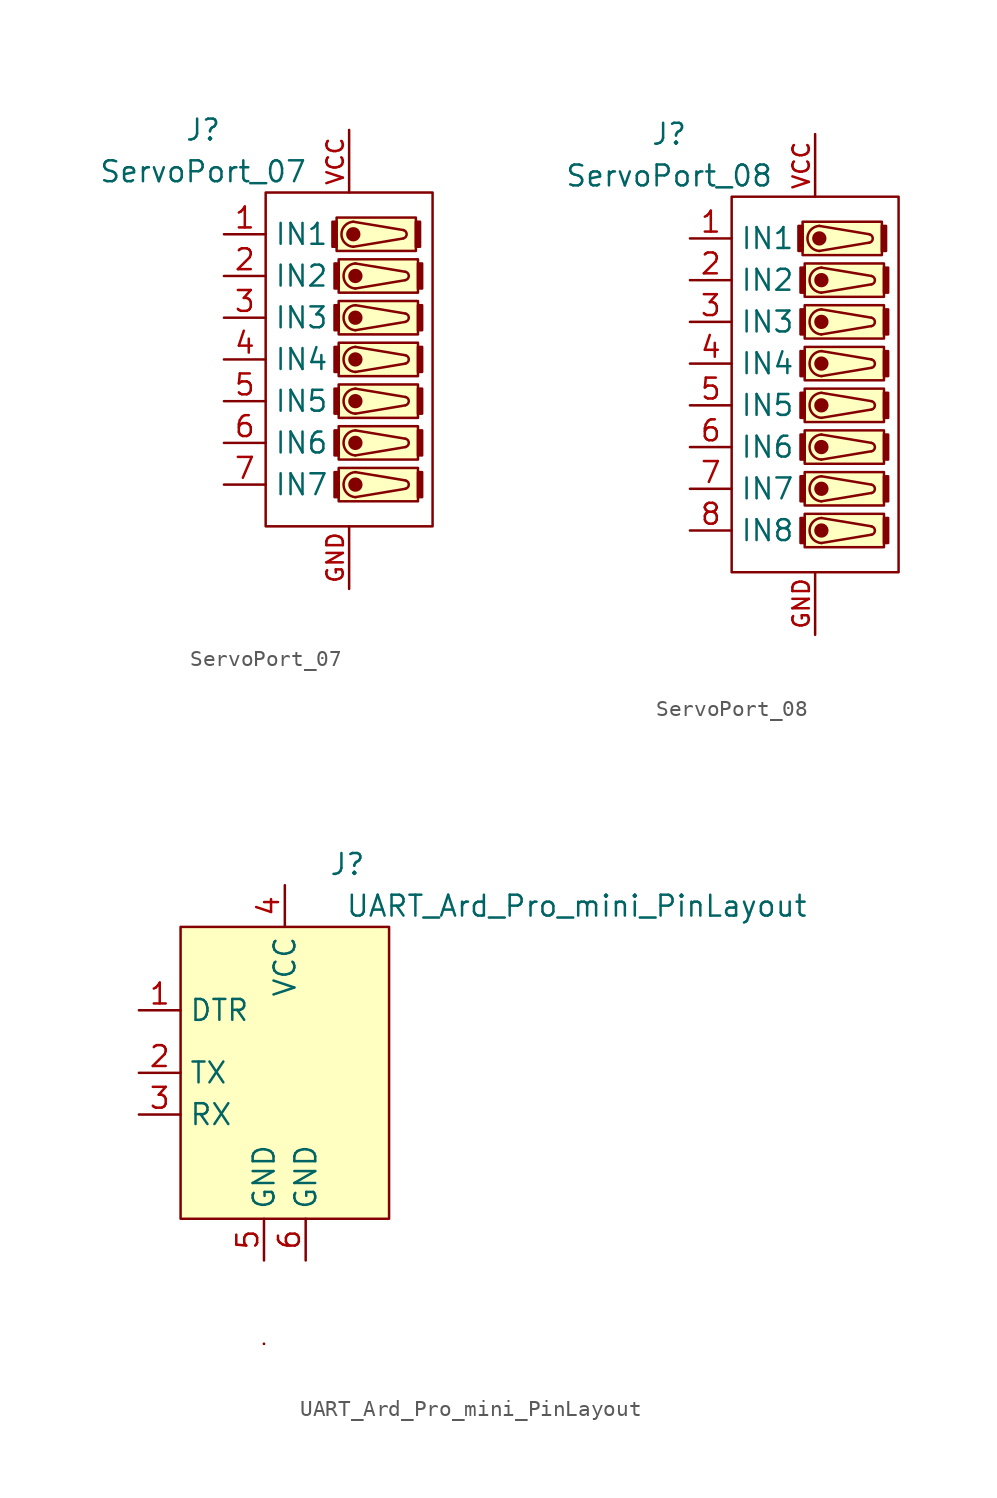
<source format=kicad_sym>
(kicad_symbol_lib
  (version 20220914)
  (generator kicad_symbol_editor)
  (symbol "ServoPort_07"
    (property "Reference" "J"
      (at -8.89 13.97 0)
      (effects (font (size 1.27 1.27))))
    (property "Value" "ServoPort_07"
      (at -8.89 11.43 0)
      (effects (font (size 1.27 1.27))))
    (symbol "ServoPort_07_0_1"
      (rectangle (start -5.08 10.16) (end 5.08 -10.16) (stroke (width 0) (type default)) (fill (type none)))
      (rectangle (start -0.762 8.382) (end -1.016 6.858) (stroke (width 0) (type default)) (fill (type outline)))
      (rectangle (start -0.762 8.636) (end 4.064 6.604) (stroke (width 0) (type default)) (fill (type background)))
      (rectangle (start -0.635 -6.858) (end -0.889 -8.382) (stroke (width 0) (type default)) (fill (type outline)))
      (rectangle (start -0.635 -6.604) (end 4.191 -8.636) (stroke (width 0) (type default)) (fill (type background)))
      (rectangle (start -0.635 -4.318) (end -0.889 -5.842) (stroke (width 0) (type default)) (fill (type outline)))
      (rectangle (start -0.635 -4.064) (end 4.191 -6.096) (stroke (width 0) (type default)) (fill (type background)))
      (rectangle (start -0.635 -1.778) (end -0.889 -3.302) (stroke (width 0) (type default)) (fill (type outline)))
      (rectangle (start -0.635 -1.524) (end 4.191 -3.556) (stroke (width 0) (type default)) (fill (type background)))
      (rectangle (start -0.635 0.762) (end -0.889 -0.762) (stroke (width 0) (type default)) (fill (type outline)))
      (rectangle (start -0.635 1.016) (end 4.191 -1.016) (stroke (width 0) (type default)) (fill (type background)))
      (rectangle (start -0.635 3.302) (end -0.889 1.778) (stroke (width 0) (type default)) (fill (type outline)))
      (rectangle (start -0.635 3.556) (end 4.191 1.524) (stroke (width 0) (type default)) (fill (type background)))
      (rectangle (start -0.635 5.842) (end -0.889 4.318) (stroke (width 0) (type default)) (fill (type outline)))
      (rectangle (start -0.635 6.096) (end 4.191 4.064) (stroke (width 0) (type default)) (fill (type background)))
      (polyline (pts (xy 0.254 8.382) (xy 3.302 7.874)) (stroke (width 0) (type default)) (fill (type none)))
      (polyline (pts (xy 0.381 -6.858) (xy 3.429 -7.366)) (stroke (width 0) (type default)) (fill (type none)))
      (polyline (pts (xy 0.381 -4.318) (xy 3.429 -4.826)) (stroke (width 0) (type default)) (fill (type none)))
      (polyline (pts (xy 0.381 -1.778) (xy 3.429 -2.286)) (stroke (width 0) (type default)) (fill (type none)))
      (polyline (pts (xy 0.381 0.762) (xy 3.429 0.254)) (stroke (width 0) (type default)) (fill (type none)))
      (polyline (pts (xy 0.381 3.302) (xy 3.429 2.794)) (stroke (width 0) (type default)) (fill (type none)))
      (polyline (pts (xy 0.381 5.842) (xy 3.429 5.334)) (stroke (width 0) (type default)) (fill (type none)))
      (polyline (pts (xy 3.302 7.366) (xy 0.254 6.858)) (stroke (width 0) (type default)) (fill (type none)))
      (polyline (pts (xy 3.429 -7.874) (xy 0.381 -8.382)) (stroke (width 0) (type default)) (fill (type none)))
      (polyline (pts (xy 3.429 -5.334) (xy 0.381 -5.842)) (stroke (width 0) (type default)) (fill (type none)))
      (polyline (pts (xy 3.429 -2.794) (xy 0.381 -3.302)) (stroke (width 0) (type default)) (fill (type none)))
      (polyline (pts (xy 3.429 -0.254) (xy 0.381 -0.762)) (stroke (width 0) (type default)) (fill (type none)))
      (polyline (pts (xy 3.429 2.286) (xy 0.381 1.778)) (stroke (width 0) (type default)) (fill (type none)))
      (polyline (pts (xy 3.429 4.826) (xy 0.381 4.318)) (stroke (width 0) (type default)) (fill (type none)))
      (circle (center 0.254 7.62) (radius 0.359) (stroke (width 0) (type default)) (fill (type outline)))
      (arc (start 0.254 8.382) (mid -0.4664 7.62) (end 0.254 6.858) (stroke (width 0) (type default)) (fill (type none)))
      (circle (center 0.381 -7.62) (radius 0.359) (stroke (width 0) (type default)) (fill (type outline)))
      (arc (start 0.381 -6.858) (mid -0.3394 -7.62) (end 0.381 -8.382) (stroke (width 0) (type default)) (fill (type none)))
      (circle (center 0.381 -5.08) (radius 0.359) (stroke (width 0) (type default)) (fill (type outline)))
      (arc (start 0.381 -4.318) (mid -0.3394 -5.08) (end 0.381 -5.842) (stroke (width 0) (type default)) (fill (type none)))
      (circle (center 0.381 -2.54) (radius 0.359) (stroke (width 0) (type default)) (fill (type outline)))
      (arc (start 0.381 -1.778) (mid -0.3394 -2.54) (end 0.381 -3.302) (stroke (width 0) (type default)) (fill (type none)))
      (circle (center 0.381 0) (radius 0.359) (stroke (width 0) (type default)) (fill (type outline)))
      (arc (start 0.381 0.762) (mid -0.3394 0) (end 0.381 -0.762) (stroke (width 0) (type default)) (fill (type none)))
      (circle (center 0.381 2.54) (radius 0.359) (stroke (width 0) (type default)) (fill (type outline)))
      (arc (start 0.381 3.302) (mid -0.3394 2.54) (end 0.381 1.778) (stroke (width 0) (type default)) (fill (type none)))
      (circle (center 0.381 5.08) (radius 0.359) (stroke (width 0) (type default)) (fill (type outline)))
      (arc (start 0.381 5.842) (mid -0.3394 5.08) (end 0.381 4.318) (stroke (width 0) (type default)) (fill (type none)))
      (arc (start 3.302 7.366) (mid 3.5069 7.62) (end 3.302 7.874) (stroke (width 0) (type default)) (fill (type none)))
      (arc (start 3.429 -7.874) (mid 3.6339 -7.62) (end 3.429 -7.366) (stroke (width 0) (type default)) (fill (type none)))
      (arc (start 3.429 -5.334) (mid 3.6339 -5.08) (end 3.429 -4.826) (stroke (width 0) (type default)) (fill (type none)))
      (arc (start 3.429 -2.794) (mid 3.6339 -2.54) (end 3.429 -2.286) (stroke (width 0) (type default)) (fill (type none)))
      (arc (start 3.429 -0.254) (mid 3.6339 0) (end 3.429 0.254) (stroke (width 0) (type default)) (fill (type none)))
      (arc (start 3.429 2.286) (mid 3.6339 2.54) (end 3.429 2.794) (stroke (width 0) (type default)) (fill (type none)))
      (arc (start 3.429 4.826) (mid 3.6339 5.08) (end 3.429 5.334) (stroke (width 0) (type default)) (fill (type none)))
      (rectangle (start 4.064 8.382) (end 4.318 6.858) (stroke (width 0) (type default)) (fill (type outline)))
      (rectangle (start 4.191 -6.858) (end 4.445 -8.382) (stroke (width 0) (type default)) (fill (type outline)))
      (rectangle (start 4.191 -4.318) (end 4.445 -5.842) (stroke (width 0) (type default)) (fill (type outline)))
      (rectangle (start 4.191 -1.778) (end 4.445 -3.302) (stroke (width 0) (type default)) (fill (type outline)))
      (rectangle (start 4.191 0.762) (end 4.445 -0.762) (stroke (width 0) (type default)) (fill (type outline)))
      (rectangle (start 4.191 3.302) (end 4.445 1.778) (stroke (width 0) (type default)) (fill (type outline)))
      (rectangle (start 4.191 5.842) (end 4.445 4.318) (stroke (width 0) (type default)) (fill (type outline))))
    (symbol "ServoPort_07_1_1"
      (pin input line (at -7.62 7.62 0) (length 2.54) (name "IN1" (effects (font (size 1.27 1.27)))) (number "1" (effects (font (size 1.27 1.27)))))
      (pin input line (at -7.62 5.08 0) (length 2.54) (name "IN2" (effects (font (size 1.27 1.27)))) (number "2" (effects (font (size 1.27 1.27)))))
      (pin input line (at -7.62 2.54 0) (length 2.54) (name "IN3" (effects (font (size 1.27 1.27)))) (number "3" (effects (font (size 1.27 1.27)))))
      (pin input line (at -7.62 0 0) (length 2.54) (name "IN4" (effects (font (size 1.27 1.27)))) (number "4" (effects (font (size 1.27 1.27)))))
      (pin input line (at -7.62 -2.54 0) (length 2.54) (name "IN5" (effects (font (size 1.27 1.27)))) (number "5" (effects (font (size 1.27 1.27)))))
      (pin input line (at -7.62 -5.08 0) (length 2.54) (name "IN6" (effects (font (size 1.27 1.27)))) (number "6" (effects (font (size 1.27 1.27)))))
      (pin input line (at -7.62 -7.62 0) (length 2.54) (name "IN7" (effects (font (size 1.27 1.27)))) (number "7" (effects (font (size 1.27 1.27)))))
      (pin power_in line (at 0 -13.97 90) (length 3.81) (name "" (effects (font (size 1 1)))) (number "GND" (effects (font (size 1 1)))))
      (pin power_in line (at 0 13.97 270) (length 3.81) (name "" (effects (font (size 1 1)))) (number "VCC" (effects (font (size 1 1)))))))
  (symbol "ServoPort_08"
    (property "Reference" "J"
      (at -8.89 15.24 0)
      (effects (font (size 1.27 1.27))))
    (property "Value" "ServoPort_08"
      (at -8.89 12.7 0)
      (effects (font (size 1.27 1.27))))
    (symbol "ServoPort_08_0_1"
      (rectangle (start -5.08 11.43) (end 5.08 -11.43) (stroke (width 0) (type default)) (fill (type none)))
      (rectangle (start -0.762 9.652) (end -1.016 8.128) (stroke (width 0) (type default)) (fill (type outline)))
      (rectangle (start -0.762 9.906) (end 4.064 7.874) (stroke (width 0) (type default)) (fill (type background)))
      (rectangle (start -0.635 -8.128) (end -0.889 -9.652) (stroke (width 0) (type default)) (fill (type outline)))
      (rectangle (start -0.635 -7.874) (end 4.191 -9.906) (stroke (width 0) (type default)) (fill (type background)))
      (rectangle (start -0.635 -5.588) (end -0.889 -7.112) (stroke (width 0) (type default)) (fill (type outline)))
      (rectangle (start -0.635 -5.334) (end 4.191 -7.366) (stroke (width 0) (type default)) (fill (type background)))
      (rectangle (start -0.635 -3.048) (end -0.889 -4.572) (stroke (width 0) (type default)) (fill (type outline)))
      (rectangle (start -0.635 -2.794) (end 4.191 -4.826) (stroke (width 0) (type default)) (fill (type background)))
      (rectangle (start -0.635 -0.508) (end -0.889 -2.032) (stroke (width 0) (type default)) (fill (type outline)))
      (rectangle (start -0.635 -0.254) (end 4.191 -2.286) (stroke (width 0) (type default)) (fill (type background)))
      (rectangle (start -0.635 2.032) (end -0.889 0.508) (stroke (width 0) (type default)) (fill (type outline)))
      (rectangle (start -0.635 2.286) (end 4.191 0.254) (stroke (width 0) (type default)) (fill (type background)))
      (rectangle (start -0.635 4.572) (end -0.889 3.048) (stroke (width 0) (type default)) (fill (type outline)))
      (rectangle (start -0.635 4.826) (end 4.191 2.794) (stroke (width 0) (type default)) (fill (type background)))
      (rectangle (start -0.635 7.112) (end -0.889 5.588) (stroke (width 0) (type default)) (fill (type outline)))
      (rectangle (start -0.635 7.366) (end 4.191 5.334) (stroke (width 0) (type default)) (fill (type background)))
      (polyline (pts (xy 0.254 9.652) (xy 3.302 9.144)) (stroke (width 0) (type default)) (fill (type none)))
      (polyline (pts (xy 0.381 -8.128) (xy 3.429 -8.636)) (stroke (width 0) (type default)) (fill (type none)))
      (polyline (pts (xy 0.381 -5.588) (xy 3.429 -6.096)) (stroke (width 0) (type default)) (fill (type none)))
      (polyline (pts (xy 0.381 -3.048) (xy 3.429 -3.556)) (stroke (width 0) (type default)) (fill (type none)))
      (polyline (pts (xy 0.381 -0.508) (xy 3.429 -1.016)) (stroke (width 0) (type default)) (fill (type none)))
      (polyline (pts (xy 0.381 2.032) (xy 3.429 1.524)) (stroke (width 0) (type default)) (fill (type none)))
      (polyline (pts (xy 0.381 4.572) (xy 3.429 4.064)) (stroke (width 0) (type default)) (fill (type none)))
      (polyline (pts (xy 0.381 7.112) (xy 3.429 6.604)) (stroke (width 0) (type default)) (fill (type none)))
      (polyline (pts (xy 3.302 8.636) (xy 0.254 8.128)) (stroke (width 0) (type default)) (fill (type none)))
      (polyline (pts (xy 3.429 -9.144) (xy 0.381 -9.652)) (stroke (width 0) (type default)) (fill (type none)))
      (polyline (pts (xy 3.429 -6.604) (xy 0.381 -7.112)) (stroke (width 0) (type default)) (fill (type none)))
      (polyline (pts (xy 3.429 -4.064) (xy 0.381 -4.572)) (stroke (width 0) (type default)) (fill (type none)))
      (polyline (pts (xy 3.429 -1.524) (xy 0.381 -2.032)) (stroke (width 0) (type default)) (fill (type none)))
      (polyline (pts (xy 3.429 1.016) (xy 0.381 0.508)) (stroke (width 0) (type default)) (fill (type none)))
      (polyline (pts (xy 3.429 3.556) (xy 0.381 3.048)) (stroke (width 0) (type default)) (fill (type none)))
      (polyline (pts (xy 3.429 6.096) (xy 0.381 5.588)) (stroke (width 0) (type default)) (fill (type none)))
      (circle (center 0.254 8.89) (radius 0.359) (stroke (width 0) (type default)) (fill (type outline)))
      (arc (start 0.254 9.652) (mid -0.4664 8.89) (end 0.254 8.128) (stroke (width 0) (type default)) (fill (type none)))
      (circle (center 0.381 -8.89) (radius 0.359) (stroke (width 0) (type default)) (fill (type outline)))
      (arc (start 0.381 -8.128) (mid -0.3394 -8.89) (end 0.381 -9.652) (stroke (width 0) (type default)) (fill (type none)))
      (circle (center 0.381 -6.35) (radius 0.359) (stroke (width 0) (type default)) (fill (type outline)))
      (arc (start 0.381 -5.588) (mid -0.3394 -6.35) (end 0.381 -7.112) (stroke (width 0) (type default)) (fill (type none)))
      (circle (center 0.381 -3.81) (radius 0.359) (stroke (width 0) (type default)) (fill (type outline)))
      (arc (start 0.381 -3.048) (mid -0.3394 -3.81) (end 0.381 -4.572) (stroke (width 0) (type default)) (fill (type none)))
      (circle (center 0.381 -1.27) (radius 0.359) (stroke (width 0) (type default)) (fill (type outline)))
      (arc (start 0.381 -0.508) (mid -0.3394 -1.27) (end 0.381 -2.032) (stroke (width 0) (type default)) (fill (type none)))
      (circle (center 0.381 1.27) (radius 0.359) (stroke (width 0) (type default)) (fill (type outline)))
      (arc (start 0.381 2.032) (mid -0.3394 1.27) (end 0.381 0.508) (stroke (width 0) (type default)) (fill (type none)))
      (circle (center 0.381 3.81) (radius 0.359) (stroke (width 0) (type default)) (fill (type outline)))
      (arc (start 0.381 4.572) (mid -0.3394 3.81) (end 0.381 3.048) (stroke (width 0) (type default)) (fill (type none)))
      (circle (center 0.381 6.35) (radius 0.359) (stroke (width 0) (type default)) (fill (type outline)))
      (arc (start 0.381 7.112) (mid -0.3394 6.35) (end 0.381 5.588) (stroke (width 0) (type default)) (fill (type none)))
      (arc (start 3.302 8.636) (mid 3.5069 8.89) (end 3.302 9.144) (stroke (width 0) (type default)) (fill (type none)))
      (arc (start 3.429 -9.144) (mid 3.6339 -8.89) (end 3.429 -8.636) (stroke (width 0) (type default)) (fill (type none)))
      (arc (start 3.429 -6.604) (mid 3.6339 -6.35) (end 3.429 -6.096) (stroke (width 0) (type default)) (fill (type none)))
      (arc (start 3.429 -4.064) (mid 3.6339 -3.81) (end 3.429 -3.556) (stroke (width 0) (type default)) (fill (type none)))
      (arc (start 3.429 -1.524) (mid 3.6339 -1.27) (end 3.429 -1.016) (stroke (width 0) (type default)) (fill (type none)))
      (arc (start 3.429 1.016) (mid 3.6339 1.27) (end 3.429 1.524) (stroke (width 0) (type default)) (fill (type none)))
      (arc (start 3.429 3.556) (mid 3.6339 3.81) (end 3.429 4.064) (stroke (width 0) (type default)) (fill (type none)))
      (arc (start 3.429 6.096) (mid 3.6339 6.35) (end 3.429 6.604) (stroke (width 0) (type default)) (fill (type none)))
      (rectangle (start 4.064 9.652) (end 4.318 8.128) (stroke (width 0) (type default)) (fill (type outline)))
      (rectangle (start 4.191 -8.128) (end 4.445 -9.652) (stroke (width 0) (type default)) (fill (type outline)))
      (rectangle (start 4.191 -5.588) (end 4.445 -7.112) (stroke (width 0) (type default)) (fill (type outline)))
      (rectangle (start 4.191 -3.048) (end 4.445 -4.572) (stroke (width 0) (type default)) (fill (type outline)))
      (rectangle (start 4.191 -0.508) (end 4.445 -2.032) (stroke (width 0) (type default)) (fill (type outline)))
      (rectangle (start 4.191 2.032) (end 4.445 0.508) (stroke (width 0) (type default)) (fill (type outline)))
      (rectangle (start 4.191 4.572) (end 4.445 3.048) (stroke (width 0) (type default)) (fill (type outline)))
      (rectangle (start 4.191 7.112) (end 4.445 5.588) (stroke (width 0) (type default)) (fill (type outline))))
    (symbol "ServoPort_08_1_1"
      (pin input line (at -7.62 8.89 0) (length 2.54) (name "IN1" (effects (font (size 1.27 1.27)))) (number "1" (effects (font (size 1.27 1.27)))))
      (pin input line (at -7.62 6.35 0) (length 2.54) (name "IN2" (effects (font (size 1.27 1.27)))) (number "2" (effects (font (size 1.27 1.27)))))
      (pin input line (at -7.62 3.81 0) (length 2.54) (name "IN3" (effects (font (size 1.27 1.27)))) (number "3" (effects (font (size 1.27 1.27)))))
      (pin input line (at -7.62 1.27 0) (length 2.54) (name "IN4" (effects (font (size 1.27 1.27)))) (number "4" (effects (font (size 1.27 1.27)))))
      (pin input line (at -7.62 -1.27 0) (length 2.54) (name "IN5" (effects (font (size 1.27 1.27)))) (number "5" (effects (font (size 1.27 1.27)))))
      (pin input line (at -7.62 -3.81 0) (length 2.54) (name "IN6" (effects (font (size 1.27 1.27)))) (number "6" (effects (font (size 1.27 1.27)))))
      (pin input line (at -7.62 -6.35 0) (length 2.54) (name "IN7" (effects (font (size 1.27 1.27)))) (number "7" (effects (font (size 1.27 1.27)))))
      (pin input line (at -7.62 -8.89 0) (length 2.54) (name "IN8" (effects (font (size 1.27 1.27)))) (number "8" (effects (font (size 1.27 1.27)))))
      (pin power_in line (at 0 -15.24 90) (length 3.81) (name "" (effects (font (size 1 1)))) (number "GND" (effects (font (size 1 1)))))
      (pin power_in line (at 0 15.24 270) (length 3.81) (name "" (effects (font (size 1 1)))) (number "VCC" (effects (font (size 1 1)))))))
  (symbol "UART_Ard_Pro_mini_PinLayout"
    (property "Reference" "J"
      (at 3.81 12.7 0)
      (effects (font (size 1.27 1.27))))
    (property "Value" "UART_Ard_Pro_mini_PinLayout"
      (at 17.78 10.16 0)
      (effects (font (size 1.27 1.27))))
    (symbol "UART_Ard_Pro_mini_PinLayout_0_1"
      (rectangle (start -6.35 8.89) (end 6.35 -8.89) (stroke (width 0) (type default)) (fill (type background)))
      (rectangle (start -1.27 -16.51) (end -1.27 -16.51) (stroke (width 0) (type default)) (fill (type none)))
      (rectangle (start -1.27 -16.51) (end -1.27 -16.51) (stroke (width 0) (type default)) (fill (type none))))
    (symbol "UART_Ard_Pro_mini_PinLayout_1_1"
      (pin bidirectional line (at -8.89 3.81 0) (length 2.54) (name "DTR" (effects (font (size 1.27 1.27)))) (number "1" (effects (font (size 1.27 1.27)))))
      (pin output line (at -8.89 0 0) (length 2.54) (name "TX" (effects (font (size 1.27 1.27)))) (number "2" (effects (font (size 1.27 1.27)))))
      (pin input line (at -8.89 -2.54 0) (length 2.54) (name "RX" (effects (font (size 1.27 1.27)))) (number "3" (effects (font (size 1.27 1.27)))))
      (pin power_in line (at 0 11.43 270) (length 2.54) (name "VCC" (effects (font (size 1.27 1.27)))) (number "4" (effects (font (size 1.27 1.27)))))
      (pin power_in line (at -1.27 -11.43 90) (length 2.54) (name "GND" (effects (font (size 1.27 1.27)))) (number "5" (effects (font (size 1.27 1.27)))))
      (pin power_in line (at 1.27 -11.43 90) (length 2.54) (name "GND" (effects (font (size 1.27 1.27)))) (number "6" (effects (font (size 1.27 1.27))))))))
</source>
